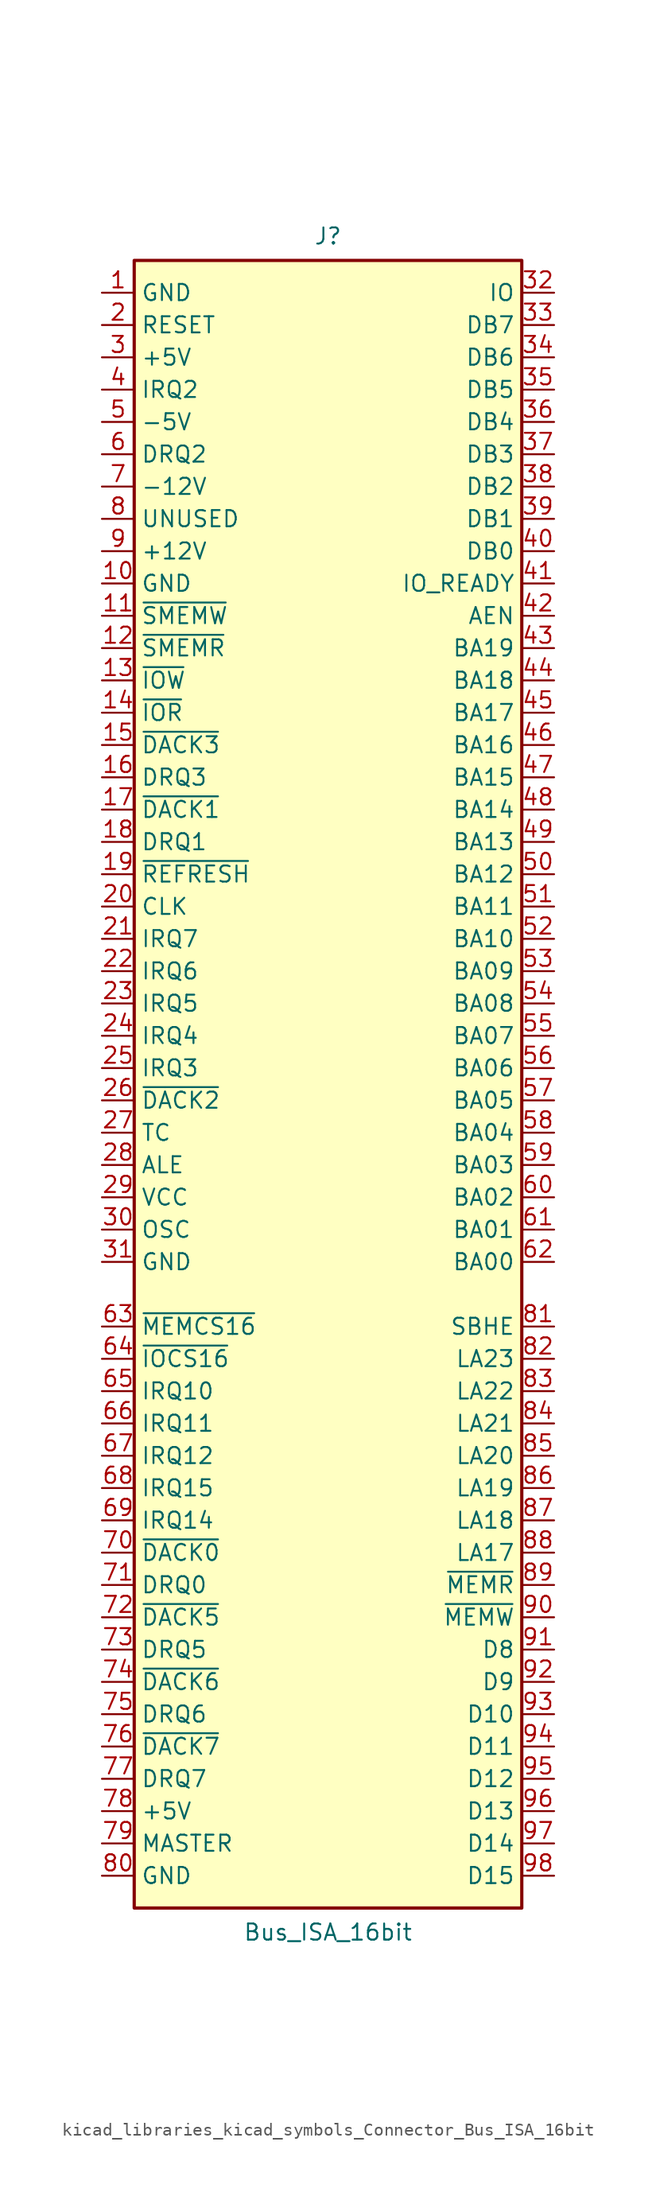
<source format=kicad_sym>
(kicad_symbol_lib
  (version 20220914)
  (generator kicad_symbol_editor)
  (symbol "kicad_libraries_kicad_symbols_Connector_Bus_ISA_16bit"
    (property "Reference" "J"
      (at 0 67.945 0)
      (effects (font (size 1.27 1.27))))
    (property "Value" "Bus_ISA_16bit"
      (at 0 -65.405 0)
      (effects (font (size 1.27 1.27))))
    (symbol "kicad_libraries_kicad_symbols_Connector_Bus_ISA_16bit_0_1"
      (rectangle (start -15.24 -63.5) (end 15.24 66.04) (stroke (width 0.254) (type default)) (fill (type background))))
    (symbol "kicad_libraries_kicad_symbols_Connector_Bus_ISA_16bit_1_1"
      (pin power_in line (at -17.78 63.5 0) (length 2.54) (name "GND" (effects (font (size 1.27 1.27)))) (number "1" (effects (font (size 1.27 1.27)))))
      (pin power_in line (at -17.78 40.64 0) (length 2.54) (name "GND" (effects (font (size 1.27 1.27)))) (number "10" (effects (font (size 1.27 1.27)))))
      (pin output line (at -17.78 38.1 0) (length 2.54) (name "~{SMEMW}" (effects (font (size 1.27 1.27)))) (number "11" (effects (font (size 1.27 1.27)))))
      (pin output line (at -17.78 35.56 0) (length 2.54) (name "~{SMEMR}" (effects (font (size 1.27 1.27)))) (number "12" (effects (font (size 1.27 1.27)))))
      (pin output line (at -17.78 33.02 0) (length 2.54) (name "~{IOW}" (effects (font (size 1.27 1.27)))) (number "13" (effects (font (size 1.27 1.27)))))
      (pin output line (at -17.78 30.48 0) (length 2.54) (name "~{IOR}" (effects (font (size 1.27 1.27)))) (number "14" (effects (font (size 1.27 1.27)))))
      (pin passive line (at -17.78 27.94 0) (length 2.54) (name "~{DACK3}" (effects (font (size 1.27 1.27)))) (number "15" (effects (font (size 1.27 1.27)))))
      (pin passive line (at -17.78 25.4 0) (length 2.54) (name "DRQ3" (effects (font (size 1.27 1.27)))) (number "16" (effects (font (size 1.27 1.27)))))
      (pin passive line (at -17.78 22.86 0) (length 2.54) (name "~{DACK1}" (effects (font (size 1.27 1.27)))) (number "17" (effects (font (size 1.27 1.27)))))
      (pin passive line (at -17.78 20.32 0) (length 2.54) (name "DRQ1" (effects (font (size 1.27 1.27)))) (number "18" (effects (font (size 1.27 1.27)))))
      (pin passive line (at -17.78 17.78 0) (length 2.54) (name "~{REFRESH}" (effects (font (size 1.27 1.27)))) (number "19" (effects (font (size 1.27 1.27)))))
      (pin output line (at -17.78 60.96 0) (length 2.54) (name "RESET" (effects (font (size 1.27 1.27)))) (number "2" (effects (font (size 1.27 1.27)))))
      (pin output line (at -17.78 15.24 0) (length 2.54) (name "CLK" (effects (font (size 1.27 1.27)))) (number "20" (effects (font (size 1.27 1.27)))))
      (pin passive line (at -17.78 12.7 0) (length 2.54) (name "IRQ7" (effects (font (size 1.27 1.27)))) (number "21" (effects (font (size 1.27 1.27)))))
      (pin passive line (at -17.78 10.16 0) (length 2.54) (name "IRQ6" (effects (font (size 1.27 1.27)))) (number "22" (effects (font (size 1.27 1.27)))))
      (pin passive line (at -17.78 7.62 0) (length 2.54) (name "IRQ5" (effects (font (size 1.27 1.27)))) (number "23" (effects (font (size 1.27 1.27)))))
      (pin passive line (at -17.78 5.08 0) (length 2.54) (name "IRQ4" (effects (font (size 1.27 1.27)))) (number "24" (effects (font (size 1.27 1.27)))))
      (pin passive line (at -17.78 2.54 0) (length 2.54) (name "IRQ3" (effects (font (size 1.27 1.27)))) (number "25" (effects (font (size 1.27 1.27)))))
      (pin passive line (at -17.78 0 0) (length 2.54) (name "~{DACK2}" (effects (font (size 1.27 1.27)))) (number "26" (effects (font (size 1.27 1.27)))))
      (pin passive line (at -17.78 -2.54 0) (length 2.54) (name "TC" (effects (font (size 1.27 1.27)))) (number "27" (effects (font (size 1.27 1.27)))))
      (pin output line (at -17.78 -5.08 0) (length 2.54) (name "ALE" (effects (font (size 1.27 1.27)))) (number "28" (effects (font (size 1.27 1.27)))))
      (pin power_in line (at -17.78 -7.62 0) (length 2.54) (name "VCC" (effects (font (size 1.27 1.27)))) (number "29" (effects (font (size 1.27 1.27)))))
      (pin power_in line (at -17.78 58.42 0) (length 2.54) (name "+5V" (effects (font (size 1.27 1.27)))) (number "3" (effects (font (size 1.27 1.27)))))
      (pin output line (at -17.78 -10.16 0) (length 2.54) (name "OSC" (effects (font (size 1.27 1.27)))) (number "30" (effects (font (size 1.27 1.27)))))
      (pin power_in line (at -17.78 -12.7 0) (length 2.54) (name "GND" (effects (font (size 1.27 1.27)))) (number "31" (effects (font (size 1.27 1.27)))))
      (pin passive line (at 17.78 63.5 180) (length 2.54) (name "IO" (effects (font (size 1.27 1.27)))) (number "32" (effects (font (size 1.27 1.27)))))
      (pin tri_state line (at 17.78 60.96 180) (length 2.54) (name "DB7" (effects (font (size 1.27 1.27)))) (number "33" (effects (font (size 1.27 1.27)))))
      (pin tri_state line (at 17.78 58.42 180) (length 2.54) (name "DB6" (effects (font (size 1.27 1.27)))) (number "34" (effects (font (size 1.27 1.27)))))
      (pin tri_state line (at 17.78 55.88 180) (length 2.54) (name "DB5" (effects (font (size 1.27 1.27)))) (number "35" (effects (font (size 1.27 1.27)))))
      (pin tri_state line (at 17.78 53.34 180) (length 2.54) (name "DB4" (effects (font (size 1.27 1.27)))) (number "36" (effects (font (size 1.27 1.27)))))
      (pin tri_state line (at 17.78 50.8 180) (length 2.54) (name "DB3" (effects (font (size 1.27 1.27)))) (number "37" (effects (font (size 1.27 1.27)))))
      (pin tri_state line (at 17.78 48.26 180) (length 2.54) (name "DB2" (effects (font (size 1.27 1.27)))) (number "38" (effects (font (size 1.27 1.27)))))
      (pin tri_state line (at 17.78 45.72 180) (length 2.54) (name "DB1" (effects (font (size 1.27 1.27)))) (number "39" (effects (font (size 1.27 1.27)))))
      (pin passive line (at -17.78 55.88 0) (length 2.54) (name "IRQ2" (effects (font (size 1.27 1.27)))) (number "4" (effects (font (size 1.27 1.27)))))
      (pin tri_state line (at 17.78 43.18 180) (length 2.54) (name "DB0" (effects (font (size 1.27 1.27)))) (number "40" (effects (font (size 1.27 1.27)))))
      (pin passive line (at 17.78 40.64 180) (length 2.54) (name "IO_READY" (effects (font (size 1.27 1.27)))) (number "41" (effects (font (size 1.27 1.27)))))
      (pin output line (at 17.78 38.1 180) (length 2.54) (name "AEN" (effects (font (size 1.27 1.27)))) (number "42" (effects (font (size 1.27 1.27)))))
      (pin tri_state line (at 17.78 35.56 180) (length 2.54) (name "BA19" (effects (font (size 1.27 1.27)))) (number "43" (effects (font (size 1.27 1.27)))))
      (pin tri_state line (at 17.78 33.02 180) (length 2.54) (name "BA18" (effects (font (size 1.27 1.27)))) (number "44" (effects (font (size 1.27 1.27)))))
      (pin tri_state line (at 17.78 30.48 180) (length 2.54) (name "BA17" (effects (font (size 1.27 1.27)))) (number "45" (effects (font (size 1.27 1.27)))))
      (pin tri_state line (at 17.78 27.94 180) (length 2.54) (name "BA16" (effects (font (size 1.27 1.27)))) (number "46" (effects (font (size 1.27 1.27)))))
      (pin tri_state line (at 17.78 25.4 180) (length 2.54) (name "BA15" (effects (font (size 1.27 1.27)))) (number "47" (effects (font (size 1.27 1.27)))))
      (pin tri_state line (at 17.78 22.86 180) (length 2.54) (name "BA14" (effects (font (size 1.27 1.27)))) (number "48" (effects (font (size 1.27 1.27)))))
      (pin tri_state line (at 17.78 20.32 180) (length 2.54) (name "BA13" (effects (font (size 1.27 1.27)))) (number "49" (effects (font (size 1.27 1.27)))))
      (pin power_in line (at -17.78 53.34 0) (length 2.54) (name "-5V" (effects (font (size 1.27 1.27)))) (number "5" (effects (font (size 1.27 1.27)))))
      (pin tri_state line (at 17.78 17.78 180) (length 2.54) (name "BA12" (effects (font (size 1.27 1.27)))) (number "50" (effects (font (size 1.27 1.27)))))
      (pin tri_state line (at 17.78 15.24 180) (length 2.54) (name "BA11" (effects (font (size 1.27 1.27)))) (number "51" (effects (font (size 1.27 1.27)))))
      (pin tri_state line (at 17.78 12.7 180) (length 2.54) (name "BA10" (effects (font (size 1.27 1.27)))) (number "52" (effects (font (size 1.27 1.27)))))
      (pin tri_state line (at 17.78 10.16 180) (length 2.54) (name "BA09" (effects (font (size 1.27 1.27)))) (number "53" (effects (font (size 1.27 1.27)))))
      (pin tri_state line (at 17.78 7.62 180) (length 2.54) (name "BA08" (effects (font (size 1.27 1.27)))) (number "54" (effects (font (size 1.27 1.27)))))
      (pin tri_state line (at 17.78 5.08 180) (length 2.54) (name "BA07" (effects (font (size 1.27 1.27)))) (number "55" (effects (font (size 1.27 1.27)))))
      (pin tri_state line (at 17.78 2.54 180) (length 2.54) (name "BA06" (effects (font (size 1.27 1.27)))) (number "56" (effects (font (size 1.27 1.27)))))
      (pin tri_state line (at 17.78 0 180) (length 2.54) (name "BA05" (effects (font (size 1.27 1.27)))) (number "57" (effects (font (size 1.27 1.27)))))
      (pin tri_state line (at 17.78 -2.54 180) (length 2.54) (name "BA04" (effects (font (size 1.27 1.27)))) (number "58" (effects (font (size 1.27 1.27)))))
      (pin tri_state line (at 17.78 -5.08 180) (length 2.54) (name "BA03" (effects (font (size 1.27 1.27)))) (number "59" (effects (font (size 1.27 1.27)))))
      (pin passive line (at -17.78 50.8 0) (length 2.54) (name "DRQ2" (effects (font (size 1.27 1.27)))) (number "6" (effects (font (size 1.27 1.27)))))
      (pin tri_state line (at 17.78 -7.62 180) (length 2.54) (name "BA02" (effects (font (size 1.27 1.27)))) (number "60" (effects (font (size 1.27 1.27)))))
      (pin tri_state line (at 17.78 -10.16 180) (length 2.54) (name "BA01" (effects (font (size 1.27 1.27)))) (number "61" (effects (font (size 1.27 1.27)))))
      (pin tri_state line (at 17.78 -12.7 180) (length 2.54) (name "BA00" (effects (font (size 1.27 1.27)))) (number "62" (effects (font (size 1.27 1.27)))))
      (pin passive line (at -17.78 -17.78 0) (length 2.54) (name "~{MEMCS16}" (effects (font (size 1.27 1.27)))) (number "63" (effects (font (size 1.27 1.27)))))
      (pin passive line (at -17.78 -20.32 0) (length 2.54) (name "~{IOCS16}" (effects (font (size 1.27 1.27)))) (number "64" (effects (font (size 1.27 1.27)))))
      (pin passive line (at -17.78 -22.86 0) (length 2.54) (name "IRQ10" (effects (font (size 1.27 1.27)))) (number "65" (effects (font (size 1.27 1.27)))))
      (pin passive line (at -17.78 -25.4 0) (length 2.54) (name "IRQ11" (effects (font (size 1.27 1.27)))) (number "66" (effects (font (size 1.27 1.27)))))
      (pin passive line (at -17.78 -27.94 0) (length 2.54) (name "IRQ12" (effects (font (size 1.27 1.27)))) (number "67" (effects (font (size 1.27 1.27)))))
      (pin passive line (at -17.78 -30.48 0) (length 2.54) (name "IRQ15" (effects (font (size 1.27 1.27)))) (number "68" (effects (font (size 1.27 1.27)))))
      (pin passive line (at -17.78 -33.02 0) (length 2.54) (name "IRQ14" (effects (font (size 1.27 1.27)))) (number "69" (effects (font (size 1.27 1.27)))))
      (pin power_in line (at -17.78 48.26 0) (length 2.54) (name "-12V" (effects (font (size 1.27 1.27)))) (number "7" (effects (font (size 1.27 1.27)))))
      (pin output line (at -17.78 -35.56 0) (length 2.54) (name "~{DACK0}" (effects (font (size 1.27 1.27)))) (number "70" (effects (font (size 1.27 1.27)))))
      (pin passive line (at -17.78 -38.1 0) (length 2.54) (name "DRQ0" (effects (font (size 1.27 1.27)))) (number "71" (effects (font (size 1.27 1.27)))))
      (pin output line (at -17.78 -40.64 0) (length 2.54) (name "~{DACK5}" (effects (font (size 1.27 1.27)))) (number "72" (effects (font (size 1.27 1.27)))))
      (pin passive line (at -17.78 -43.18 0) (length 2.54) (name "DRQ5" (effects (font (size 1.27 1.27)))) (number "73" (effects (font (size 1.27 1.27)))))
      (pin output line (at -17.78 -45.72 0) (length 2.54) (name "~{DACK6}" (effects (font (size 1.27 1.27)))) (number "74" (effects (font (size 1.27 1.27)))))
      (pin passive line (at -17.78 -48.26 0) (length 2.54) (name "DRQ6" (effects (font (size 1.27 1.27)))) (number "75" (effects (font (size 1.27 1.27)))))
      (pin output line (at -17.78 -50.8 0) (length 2.54) (name "~{DACK7}" (effects (font (size 1.27 1.27)))) (number "76" (effects (font (size 1.27 1.27)))))
      (pin passive line (at -17.78 -53.34 0) (length 2.54) (name "DRQ7" (effects (font (size 1.27 1.27)))) (number "77" (effects (font (size 1.27 1.27)))))
      (pin power_in line (at -17.78 -55.88 0) (length 2.54) (name "+5V" (effects (font (size 1.27 1.27)))) (number "78" (effects (font (size 1.27 1.27)))))
      (pin passive line (at -17.78 -58.42 0) (length 2.54) (name "MASTER" (effects (font (size 1.27 1.27)))) (number "79" (effects (font (size 1.27 1.27)))))
      (pin passive line (at -17.78 45.72 0) (length 2.54) (name "UNUSED" (effects (font (size 1.27 1.27)))) (number "8" (effects (font (size 1.27 1.27)))))
      (pin power_in line (at -17.78 -60.96 0) (length 2.54) (name "GND" (effects (font (size 1.27 1.27)))) (number "80" (effects (font (size 1.27 1.27)))))
      (pin passive line (at 17.78 -17.78 180) (length 2.54) (name "SBHE" (effects (font (size 1.27 1.27)))) (number "81" (effects (font (size 1.27 1.27)))))
      (pin passive line (at 17.78 -20.32 180) (length 2.54) (name "LA23" (effects (font (size 1.27 1.27)))) (number "82" (effects (font (size 1.27 1.27)))))
      (pin passive line (at 17.78 -22.86 180) (length 2.54) (name "LA22" (effects (font (size 1.27 1.27)))) (number "83" (effects (font (size 1.27 1.27)))))
      (pin passive line (at 17.78 -25.4 180) (length 2.54) (name "LA21" (effects (font (size 1.27 1.27)))) (number "84" (effects (font (size 1.27 1.27)))))
      (pin passive line (at 17.78 -27.94 180) (length 2.54) (name "LA20" (effects (font (size 1.27 1.27)))) (number "85" (effects (font (size 1.27 1.27)))))
      (pin passive line (at 17.78 -30.48 180) (length 2.54) (name "LA19" (effects (font (size 1.27 1.27)))) (number "86" (effects (font (size 1.27 1.27)))))
      (pin passive line (at 17.78 -33.02 180) (length 2.54) (name "LA18" (effects (font (size 1.27 1.27)))) (number "87" (effects (font (size 1.27 1.27)))))
      (pin passive line (at 17.78 -35.56 180) (length 2.54) (name "LA17" (effects (font (size 1.27 1.27)))) (number "88" (effects (font (size 1.27 1.27)))))
      (pin output line (at 17.78 -38.1 180) (length 2.54) (name "~{MEMR}" (effects (font (size 1.27 1.27)))) (number "89" (effects (font (size 1.27 1.27)))))
      (pin power_in line (at -17.78 43.18 0) (length 2.54) (name "+12V" (effects (font (size 1.27 1.27)))) (number "9" (effects (font (size 1.27 1.27)))))
      (pin output line (at 17.78 -40.64 180) (length 2.54) (name "~{MEMW}" (effects (font (size 1.27 1.27)))) (number "90" (effects (font (size 1.27 1.27)))))
      (pin tri_state line (at 17.78 -43.18 180) (length 2.54) (name "D8" (effects (font (size 1.27 1.27)))) (number "91" (effects (font (size 1.27 1.27)))))
      (pin tri_state line (at 17.78 -45.72 180) (length 2.54) (name "D9" (effects (font (size 1.27 1.27)))) (number "92" (effects (font (size 1.27 1.27)))))
      (pin tri_state line (at 17.78 -48.26 180) (length 2.54) (name "D10" (effects (font (size 1.27 1.27)))) (number "93" (effects (font (size 1.27 1.27)))))
      (pin tri_state line (at 17.78 -50.8 180) (length 2.54) (name "D11" (effects (font (size 1.27 1.27)))) (number "94" (effects (font (size 1.27 1.27)))))
      (pin tri_state line (at 17.78 -53.34 180) (length 2.54) (name "D12" (effects (font (size 1.27 1.27)))) (number "95" (effects (font (size 1.27 1.27)))))
      (pin tri_state line (at 17.78 -55.88 180) (length 2.54) (name "D13" (effects (font (size 1.27 1.27)))) (number "96" (effects (font (size 1.27 1.27)))))
      (pin tri_state line (at 17.78 -58.42 180) (length 2.54) (name "D14" (effects (font (size 1.27 1.27)))) (number "97" (effects (font (size 1.27 1.27)))))
      (pin tri_state line (at 17.78 -60.96 180) (length 2.54) (name "D15" (effects (font (size 1.27 1.27)))) (number "98" (effects (font (size 1.27 1.27))))))))
</source>
